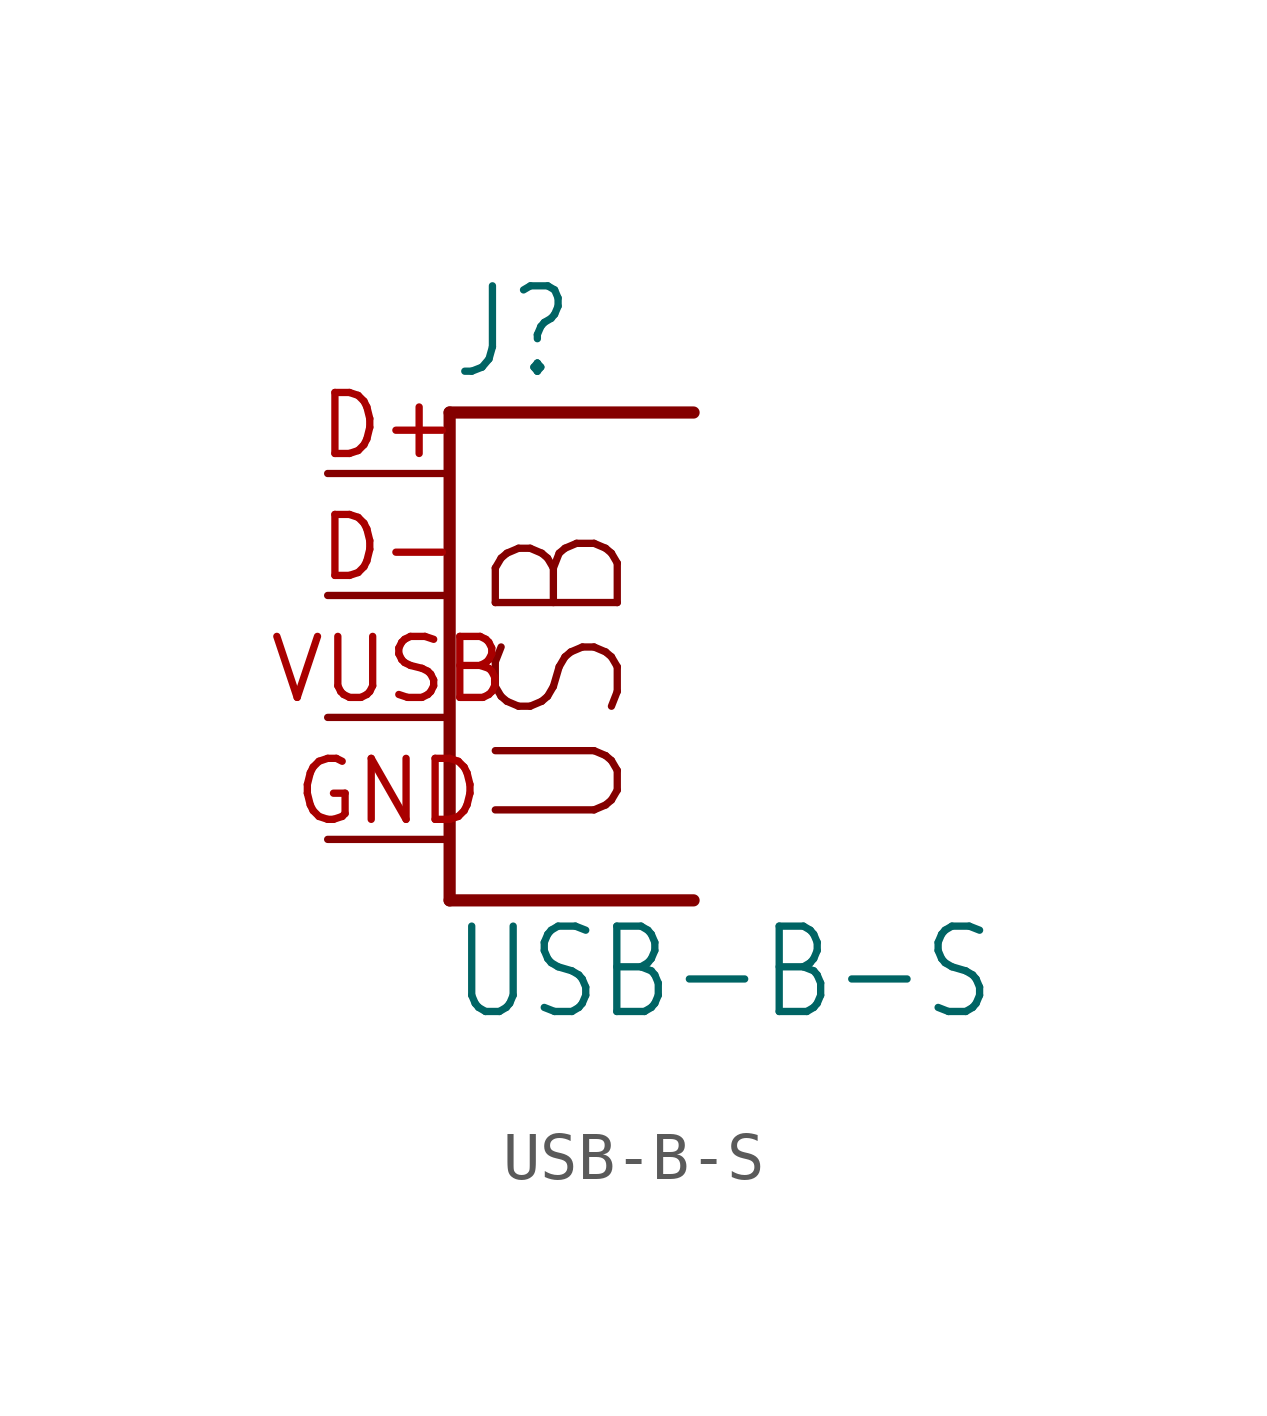
<source format=kicad_sym>
(kicad_symbol_lib
  (version 20211014)
  (generator kicad_symbol_editor)
  (symbol "USB-B-S"
    (property "Reference" "J"
      (at 0 9.525 0)
      (effects (font (size 1.778 1.511)) (justify left bottom)))
    (property "Value" "USB-B-S"
      (at 0 -3.81 0)
      (effects (font (size 1.778 1.511)) (justify left bottom)))
    (property "ki_locked" ""
      (at 0 0 0)
      (effects (font (size 1.27 1.27))))
    (symbol "USB-B-S_1_0"
      (polyline (pts (xy 0 -1.27) (xy 5.08 -1.27)) (stroke (width 0.254) (type default) (color 0 0 0 0)) (fill (type none)))
      (polyline (pts (xy 0 8.89) (xy 0 -1.27)) (stroke (width 0.254) (type default) (color 0 0 0 0)) (fill (type none)))
      (polyline (pts (xy 5.08 8.89) (xy 0 8.89)) (stroke (width 0.254) (type default) (color 0 0 0 0)) (fill (type none)))
      (text "USB" (at 3.81 0 900) (effects (font (size 2.54 2.159)) (justify left bottom)))
      (pin bidirectional line (at -2.54 7.62 0) (length 2.54) (name "D+" (effects (font (size 0 0)))) (number "D+" (effects (font (size 1.27 1.27)))))
      (pin bidirectional line (at -2.54 5.08 0) (length 2.54) (name "D-" (effects (font (size 0 0)))) (number "D-" (effects (font (size 1.27 1.27)))))
      (pin bidirectional line (at -2.54 0 0) (length 2.54) (name "GND" (effects (font (size 0 0)))) (number "GND" (effects (font (size 1.27 1.27)))))
      (pin bidirectional line (at -2.54 2.54 0) (length 2.54) (name "VBUS" (effects (font (size 0 0)))) (number "VUSB" (effects (font (size 1.27 1.27))))))))
</source>
